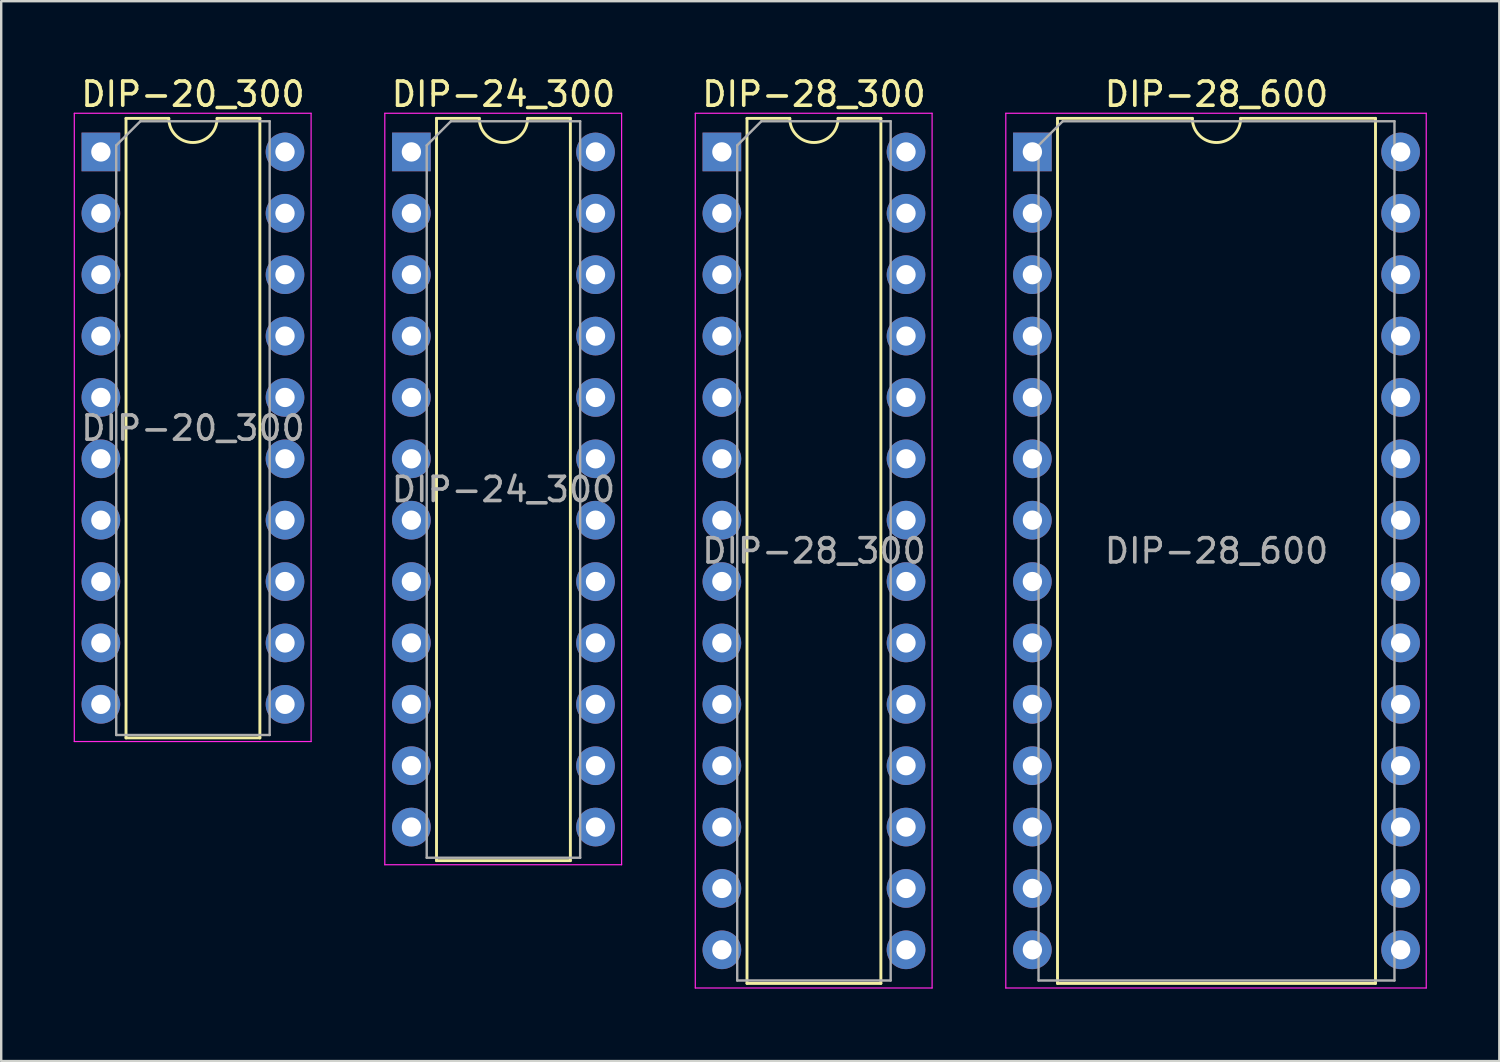
<source format=kicad_pcb>
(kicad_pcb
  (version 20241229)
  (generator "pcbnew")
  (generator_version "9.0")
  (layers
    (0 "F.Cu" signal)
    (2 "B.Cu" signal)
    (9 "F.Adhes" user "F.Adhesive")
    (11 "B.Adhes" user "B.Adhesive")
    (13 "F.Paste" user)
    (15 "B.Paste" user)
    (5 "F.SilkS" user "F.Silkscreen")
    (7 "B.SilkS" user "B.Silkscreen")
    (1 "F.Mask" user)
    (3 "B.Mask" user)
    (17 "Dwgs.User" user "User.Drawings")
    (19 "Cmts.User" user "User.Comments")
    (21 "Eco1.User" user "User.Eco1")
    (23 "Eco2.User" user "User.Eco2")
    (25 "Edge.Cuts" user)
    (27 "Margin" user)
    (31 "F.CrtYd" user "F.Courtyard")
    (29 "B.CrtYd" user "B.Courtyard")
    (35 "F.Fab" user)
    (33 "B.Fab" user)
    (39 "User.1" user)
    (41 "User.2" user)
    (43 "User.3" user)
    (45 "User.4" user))
  (footprint "DIP-24_300"
    (layer "F.Cu")
    (at 13.975 3.238)
    (property "Reference" "DIP-24_300" (at 3.81 -2.39 0) (layer "F.SilkS") (effects (font (size 1 1) (thickness 0.15))))
    (attr through_hole)
    (fp_line (start 1.04 -1.39) (end 1.04 29.33) (stroke (width 0.12) (type solid)) (layer "F.SilkS"))
    (fp_line (start 1.04 29.33) (end 6.58 29.33) (stroke (width 0.12) (type solid)) (layer "F.SilkS"))
    (fp_line (start 2.81 -1.39) (end 1.04 -1.39) (stroke (width 0.12) (type solid)) (layer "F.SilkS"))
    (fp_line (start 6.58 -1.39) (end 4.81 -1.39) (stroke (width 0.12) (type solid)) (layer "F.SilkS"))
    (fp_line (start 6.58 29.33) (end 6.58 -1.39) (stroke (width 0.12) (type solid)) (layer "F.SilkS"))
    (fp_arc (start 4.81 -1.39) (mid 3.81 -0.39) (end 2.81 -1.39) (stroke (width 0.12) (type solid)) (layer "F.SilkS"))
    (fp_line (start -1.1 -1.6) (end -1.1 29.5) (stroke (width 0.05) (type solid)) (layer "F.CrtYd"))
    (fp_line (start -1.1 29.5) (end 8.7 29.5) (stroke (width 0.05) (type solid)) (layer "F.CrtYd"))
    (fp_line (start 8.7 -1.6) (end -1.1 -1.6) (stroke (width 0.05) (type solid)) (layer "F.CrtYd"))
    (fp_line (start 8.7 29.5) (end 8.7 -1.6) (stroke (width 0.05) (type solid)) (layer "F.CrtYd"))
    (fp_line (start 0.635 -0.27) (end 1.635 -1.27) (stroke (width 0.1) (type solid)) (layer "F.Fab"))
    (fp_line (start 0.635 29.21) (end 0.635 -0.27) (stroke (width 0.1) (type solid)) (layer "F.Fab"))
    (fp_line (start 1.635 -1.27) (end 6.985 -1.27) (stroke (width 0.1) (type solid)) (layer "F.Fab"))
    (fp_line (start 6.985 -1.27) (end 6.985 29.21) (stroke (width 0.1) (type solid)) (layer "F.Fab"))
    (fp_line (start 6.985 29.21) (end 0.635 29.21) (stroke (width 0.1) (type solid)) (layer "F.Fab"))
    (fp_text user "${REFERENCE}" (at 3.81 13.97 0) (layer "F.Fab") (effects (font (size 1 1) (thickness 0.15))))
    (pad "1" thru_hole rect (at 0 0) (size 1.6 1.6) (drill 0.8) (layers "*.Cu" "*.Mask"))
    (pad "2" thru_hole oval (at 0 2.54) (size 1.6 1.6) (drill 0.8) (layers "*.Cu" "*.Mask"))
    (pad "3" thru_hole oval (at 0 5.08) (size 1.6 1.6) (drill 0.8) (layers "*.Cu" "*.Mask"))
    (pad "4" thru_hole oval (at 0 7.62) (size 1.6 1.6) (drill 0.8) (layers "*.Cu" "*.Mask"))
    (pad "5" thru_hole oval (at 0 10.16) (size 1.6 1.6) (drill 0.8) (layers "*.Cu" "*.Mask"))
    (pad "6" thru_hole oval (at 0 12.7) (size 1.6 1.6) (drill 0.8) (layers "*.Cu" "*.Mask"))
    (pad "7" thru_hole oval (at 0 15.24) (size 1.6 1.6) (drill 0.8) (layers "*.Cu" "*.Mask"))
    (pad "8" thru_hole oval (at 0 17.78) (size 1.6 1.6) (drill 0.8) (layers "*.Cu" "*.Mask"))
    (pad "9" thru_hole oval (at 0 20.32) (size 1.6 1.6) (drill 0.8) (layers "*.Cu" "*.Mask"))
    (pad "10" thru_hole oval (at 0 22.86) (size 1.6 1.6) (drill 0.8) (layers "*.Cu" "*.Mask"))
    (pad "11" thru_hole oval (at 0 25.4) (size 1.6 1.6) (drill 0.8) (layers "*.Cu" "*.Mask"))
    (pad "12" thru_hole oval (at 0 27.94) (size 1.6 1.6) (drill 0.8) (layers "*.Cu" "*.Mask"))
    (pad "13" thru_hole oval (at 7.62 27.94) (size 1.6 1.6) (drill 0.8) (layers "*.Cu" "*.Mask"))
    (pad "14" thru_hole oval (at 7.62 25.4) (size 1.6 1.6) (drill 0.8) (layers "*.Cu" "*.Mask"))
    (pad "15" thru_hole oval (at 7.62 22.86) (size 1.6 1.6) (drill 0.8) (layers "*.Cu" "*.Mask"))
    (pad "16" thru_hole oval (at 7.62 20.32) (size 1.6 1.6) (drill 0.8) (layers "*.Cu" "*.Mask"))
    (pad "17" thru_hole oval (at 7.62 17.78) (size 1.6 1.6) (drill 0.8) (layers "*.Cu" "*.Mask"))
    (pad "18" thru_hole oval (at 7.62 15.24) (size 1.6 1.6) (drill 0.8) (layers "*.Cu" "*.Mask"))
    (pad "19" thru_hole oval (at 7.62 12.7) (size 1.6 1.6) (drill 0.8) (layers "*.Cu" "*.Mask"))
    (pad "20" thru_hole oval (at 7.62 10.16) (size 1.6 1.6) (drill 0.8) (layers "*.Cu" "*.Mask"))
    (pad "21" thru_hole oval (at 7.62 7.62) (size 1.6 1.6) (drill 0.8) (layers "*.Cu" "*.Mask"))
    (pad "22" thru_hole oval (at 7.62 5.08) (size 1.6 1.6) (drill 0.8) (layers "*.Cu" "*.Mask"))
    (pad "23" thru_hole oval (at 7.62 2.54) (size 1.6 1.6) (drill 0.8) (layers "*.Cu" "*.Mask"))
    (pad "24" thru_hole oval (at 7.62 0) (size 1.6 1.6) (drill 0.8) (layers "*.Cu" "*.Mask")))
  (footprint "DIP-28_300"
    (layer "F.Cu")
    (at 26.825 3.238)
    (property "Reference" "DIP-28_300" (at 3.81 -2.39 0) (layer "F.SilkS") (effects (font (size 1 1) (thickness 0.15))))
    (attr through_hole)
    (fp_line (start 1.04 -1.39) (end 1.04 34.41) (stroke (width 0.12) (type solid)) (layer "F.SilkS"))
    (fp_line (start 1.04 34.41) (end 6.58 34.41) (stroke (width 0.12) (type solid)) (layer "F.SilkS"))
    (fp_line (start 2.81 -1.39) (end 1.04 -1.39) (stroke (width 0.12) (type solid)) (layer "F.SilkS"))
    (fp_line (start 6.58 -1.39) (end 4.81 -1.39) (stroke (width 0.12) (type solid)) (layer "F.SilkS"))
    (fp_line (start 6.58 34.41) (end 6.58 -1.39) (stroke (width 0.12) (type solid)) (layer "F.SilkS"))
    (fp_arc (start 4.81 -1.39) (mid 3.81 -0.39) (end 2.81 -1.39) (stroke (width 0.12) (type solid)) (layer "F.SilkS"))
    (fp_line (start -1.1 -1.6) (end -1.1 34.6) (stroke (width 0.05) (type solid)) (layer "F.CrtYd"))
    (fp_line (start -1.1 34.6) (end 8.7 34.6) (stroke (width 0.05) (type solid)) (layer "F.CrtYd"))
    (fp_line (start 8.7 -1.6) (end -1.1 -1.6) (stroke (width 0.05) (type solid)) (layer "F.CrtYd"))
    (fp_line (start 8.7 34.6) (end 8.7 -1.6) (stroke (width 0.05) (type solid)) (layer "F.CrtYd"))
    (fp_line (start 0.635 -0.27) (end 1.635 -1.27) (stroke (width 0.1) (type solid)) (layer "F.Fab"))
    (fp_line (start 0.635 34.29) (end 0.635 -0.27) (stroke (width 0.1) (type solid)) (layer "F.Fab"))
    (fp_line (start 1.635 -1.27) (end 6.985 -1.27) (stroke (width 0.1) (type solid)) (layer "F.Fab"))
    (fp_line (start 6.985 -1.27) (end 6.985 34.29) (stroke (width 0.1) (type solid)) (layer "F.Fab"))
    (fp_line (start 6.985 34.29) (end 0.635 34.29) (stroke (width 0.1) (type solid)) (layer "F.Fab"))
    (fp_text user "${REFERENCE}" (at 3.81 16.51 0) (layer "F.Fab") (effects (font (size 1 1) (thickness 0.15))))
    (pad "1" thru_hole rect (at 0 0) (size 1.6 1.6) (drill 0.8) (layers "*.Cu" "*.Mask"))
    (pad "2" thru_hole oval (at 0 2.54) (size 1.6 1.6) (drill 0.8) (layers "*.Cu" "*.Mask"))
    (pad "3" thru_hole oval (at 0 5.08) (size 1.6 1.6) (drill 0.8) (layers "*.Cu" "*.Mask"))
    (pad "4" thru_hole oval (at 0 7.62) (size 1.6 1.6) (drill 0.8) (layers "*.Cu" "*.Mask"))
    (pad "5" thru_hole oval (at 0 10.16) (size 1.6 1.6) (drill 0.8) (layers "*.Cu" "*.Mask"))
    (pad "6" thru_hole oval (at 0 12.7) (size 1.6 1.6) (drill 0.8) (layers "*.Cu" "*.Mask"))
    (pad "7" thru_hole oval (at 0 15.24) (size 1.6 1.6) (drill 0.8) (layers "*.Cu" "*.Mask"))
    (pad "8" thru_hole oval (at 0 17.78) (size 1.6 1.6) (drill 0.8) (layers "*.Cu" "*.Mask"))
    (pad "9" thru_hole oval (at 0 20.32) (size 1.6 1.6) (drill 0.8) (layers "*.Cu" "*.Mask"))
    (pad "10" thru_hole oval (at 0 22.86) (size 1.6 1.6) (drill 0.8) (layers "*.Cu" "*.Mask"))
    (pad "11" thru_hole oval (at 0 25.4) (size 1.6 1.6) (drill 0.8) (layers "*.Cu" "*.Mask"))
    (pad "12" thru_hole oval (at 0 27.94) (size 1.6 1.6) (drill 0.8) (layers "*.Cu" "*.Mask"))
    (pad "13" thru_hole oval (at 0 30.48) (size 1.6 1.6) (drill 0.8) (layers "*.Cu" "*.Mask"))
    (pad "14" thru_hole oval (at 0 33.02) (size 1.6 1.6) (drill 0.8) (layers "*.Cu" "*.Mask"))
    (pad "15" thru_hole oval (at 7.62 33.02) (size 1.6 1.6) (drill 0.8) (layers "*.Cu" "*.Mask"))
    (pad "16" thru_hole oval (at 7.62 30.48) (size 1.6 1.6) (drill 0.8) (layers "*.Cu" "*.Mask"))
    (pad "17" thru_hole oval (at 7.62 27.94) (size 1.6 1.6) (drill 0.8) (layers "*.Cu" "*.Mask"))
    (pad "18" thru_hole oval (at 7.62 25.4) (size 1.6 1.6) (drill 0.8) (layers "*.Cu" "*.Mask"))
    (pad "19" thru_hole oval (at 7.62 22.86) (size 1.6 1.6) (drill 0.8) (layers "*.Cu" "*.Mask"))
    (pad "20" thru_hole oval (at 7.62 20.32) (size 1.6 1.6) (drill 0.8) (layers "*.Cu" "*.Mask"))
    (pad "21" thru_hole oval (at 7.62 17.78) (size 1.6 1.6) (drill 0.8) (layers "*.Cu" "*.Mask"))
    (pad "22" thru_hole oval (at 7.62 15.24) (size 1.6 1.6) (drill 0.8) (layers "*.Cu" "*.Mask"))
    (pad "23" thru_hole oval (at 7.62 12.7) (size 1.6 1.6) (drill 0.8) (layers "*.Cu" "*.Mask"))
    (pad "24" thru_hole oval (at 7.62 10.16) (size 1.6 1.6) (drill 0.8) (layers "*.Cu" "*.Mask"))
    (pad "25" thru_hole oval (at 7.62 7.62) (size 1.6 1.6) (drill 0.8) (layers "*.Cu" "*.Mask"))
    (pad "26" thru_hole oval (at 7.62 5.08) (size 1.6 1.6) (drill 0.8) (layers "*.Cu" "*.Mask"))
    (pad "27" thru_hole oval (at 7.62 2.54) (size 1.6 1.6) (drill 0.8) (layers "*.Cu" "*.Mask"))
    (pad "28" thru_hole oval (at 7.62 0) (size 1.6 1.6) (drill 0.8) (layers "*.Cu" "*.Mask")))
  (footprint "DIP-28_600"
    (layer "F.Cu")
    (at 39.675 3.238)
    (property "Reference" "DIP-28_600" (at 7.62 -2.39 0) (layer "F.SilkS") (effects (font (size 1 1) (thickness 0.15))))
    (attr through_hole)
    (fp_line (start 1.04 -1.39) (end 1.04 34.41) (stroke (width 0.12) (type solid)) (layer "F.SilkS"))
    (fp_line (start 1.04 34.41) (end 14.2 34.41) (stroke (width 0.12) (type solid)) (layer "F.SilkS"))
    (fp_line (start 6.62 -1.39) (end 1.04 -1.39) (stroke (width 0.12) (type solid)) (layer "F.SilkS"))
    (fp_line (start 14.2 -1.39) (end 8.62 -1.39) (stroke (width 0.12) (type solid)) (layer "F.SilkS"))
    (fp_line (start 14.2 34.41) (end 14.2 -1.39) (stroke (width 0.12) (type solid)) (layer "F.SilkS"))
    (fp_arc (start 8.62 -1.39) (mid 7.62 -0.39) (end 6.62 -1.39) (stroke (width 0.12) (type solid)) (layer "F.SilkS"))
    (fp_line (start -1.1 -1.6) (end -1.1 34.6) (stroke (width 0.05) (type solid)) (layer "F.CrtYd"))
    (fp_line (start -1.1 34.6) (end 16.3 34.6) (stroke (width 0.05) (type solid)) (layer "F.CrtYd"))
    (fp_line (start 16.3 -1.6) (end -1.1 -1.6) (stroke (width 0.05) (type solid)) (layer "F.CrtYd"))
    (fp_line (start 16.3 34.6) (end 16.3 -1.6) (stroke (width 0.05) (type solid)) (layer "F.CrtYd"))
    (fp_line (start 0.255 -0.27) (end 1.255 -1.27) (stroke (width 0.1) (type solid)) (layer "F.Fab"))
    (fp_line (start 0.255 34.29) (end 0.255 -0.27) (stroke (width 0.1) (type solid)) (layer "F.Fab"))
    (fp_line (start 1.255 -1.27) (end 14.985 -1.27) (stroke (width 0.1) (type solid)) (layer "F.Fab"))
    (fp_line (start 14.985 -1.27) (end 14.985 34.29) (stroke (width 0.1) (type solid)) (layer "F.Fab"))
    (fp_line (start 14.985 34.29) (end 0.255 34.29) (stroke (width 0.1) (type solid)) (layer "F.Fab"))
    (fp_text user "${REFERENCE}" (at 7.62 16.51 0) (layer "F.Fab") (effects (font (size 1 1) (thickness 0.15))))
    (pad "1" thru_hole rect (at 0 0) (size 1.6 1.6) (drill 0.8) (layers "*.Cu" "*.Mask"))
    (pad "2" thru_hole oval (at 0 2.54) (size 1.6 1.6) (drill 0.8) (layers "*.Cu" "*.Mask"))
    (pad "3" thru_hole oval (at 0 5.08) (size 1.6 1.6) (drill 0.8) (layers "*.Cu" "*.Mask"))
    (pad "4" thru_hole oval (at 0 7.62) (size 1.6 1.6) (drill 0.8) (layers "*.Cu" "*.Mask"))
    (pad "5" thru_hole oval (at 0 10.16) (size 1.6 1.6) (drill 0.8) (layers "*.Cu" "*.Mask"))
    (pad "6" thru_hole oval (at 0 12.7) (size 1.6 1.6) (drill 0.8) (layers "*.Cu" "*.Mask"))
    (pad "7" thru_hole oval (at 0 15.24) (size 1.6 1.6) (drill 0.8) (layers "*.Cu" "*.Mask"))
    (pad "8" thru_hole oval (at 0 17.78) (size 1.6 1.6) (drill 0.8) (layers "*.Cu" "*.Mask"))
    (pad "9" thru_hole oval (at 0 20.32) (size 1.6 1.6) (drill 0.8) (layers "*.Cu" "*.Mask"))
    (pad "10" thru_hole oval (at 0 22.86) (size 1.6 1.6) (drill 0.8) (layers "*.Cu" "*.Mask"))
    (pad "11" thru_hole oval (at 0 25.4) (size 1.6 1.6) (drill 0.8) (layers "*.Cu" "*.Mask"))
    (pad "12" thru_hole oval (at 0 27.94) (size 1.6 1.6) (drill 0.8) (layers "*.Cu" "*.Mask"))
    (pad "13" thru_hole oval (at 0 30.48) (size 1.6 1.6) (drill 0.8) (layers "*.Cu" "*.Mask"))
    (pad "14" thru_hole oval (at 0 33.02) (size 1.6 1.6) (drill 0.8) (layers "*.Cu" "*.Mask"))
    (pad "15" thru_hole oval (at 15.24 33.02) (size 1.6 1.6) (drill 0.8) (layers "*.Cu" "*.Mask"))
    (pad "16" thru_hole oval (at 15.24 30.48) (size 1.6 1.6) (drill 0.8) (layers "*.Cu" "*.Mask"))
    (pad "17" thru_hole oval (at 15.24 27.94) (size 1.6 1.6) (drill 0.8) (layers "*.Cu" "*.Mask"))
    (pad "18" thru_hole oval (at 15.24 25.4) (size 1.6 1.6) (drill 0.8) (layers "*.Cu" "*.Mask"))
    (pad "19" thru_hole oval (at 15.24 22.86) (size 1.6 1.6) (drill 0.8) (layers "*.Cu" "*.Mask"))
    (pad "20" thru_hole oval (at 15.24 20.32) (size 1.6 1.6) (drill 0.8) (layers "*.Cu" "*.Mask"))
    (pad "21" thru_hole oval (at 15.24 17.78) (size 1.6 1.6) (drill 0.8) (layers "*.Cu" "*.Mask"))
    (pad "22" thru_hole oval (at 15.24 15.24) (size 1.6 1.6) (drill 0.8) (layers "*.Cu" "*.Mask"))
    (pad "23" thru_hole oval (at 15.24 12.7) (size 1.6 1.6) (drill 0.8) (layers "*.Cu" "*.Mask"))
    (pad "24" thru_hole oval (at 15.24 10.16) (size 1.6 1.6) (drill 0.8) (layers "*.Cu" "*.Mask"))
    (pad "25" thru_hole oval (at 15.24 7.62) (size 1.6 1.6) (drill 0.8) (layers "*.Cu" "*.Mask"))
    (pad "26" thru_hole oval (at 15.24 5.08) (size 1.6 1.6) (drill 0.8) (layers "*.Cu" "*.Mask"))
    (pad "27" thru_hole oval (at 15.24 2.54) (size 1.6 1.6) (drill 0.8) (layers "*.Cu" "*.Mask"))
    (pad "28" thru_hole oval (at 15.24 0) (size 1.6 1.6) (drill 0.8) (layers "*.Cu" "*.Mask")))
  (footprint "DIP-20_300"
    (layer "F.Cu")
    (at 1.125 3.238)
    (property "Reference" "DIP-20_300" (at 3.81 -2.39 0) (layer "F.SilkS") (effects (font (size 1 1) (thickness 0.15))))
    (attr through_hole)
    (fp_line (start 1.04 -1.39) (end 1.04 24.25) (stroke (width 0.12) (type solid)) (layer "F.SilkS"))
    (fp_line (start 1.04 24.25) (end 6.58 24.25) (stroke (width 0.12) (type solid)) (layer "F.SilkS"))
    (fp_line (start 2.81 -1.39) (end 1.04 -1.39) (stroke (width 0.12) (type solid)) (layer "F.SilkS"))
    (fp_line (start 6.58 -1.39) (end 4.81 -1.39) (stroke (width 0.12) (type solid)) (layer "F.SilkS"))
    (fp_line (start 6.58 24.25) (end 6.58 -1.39) (stroke (width 0.12) (type solid)) (layer "F.SilkS"))
    (fp_arc (start 4.81 -1.39) (mid 3.81 -0.39) (end 2.81 -1.39) (stroke (width 0.12) (type solid)) (layer "F.SilkS"))
    (fp_line (start -1.1 -1.6) (end -1.1 24.4) (stroke (width 0.05) (type solid)) (layer "F.CrtYd"))
    (fp_line (start -1.1 24.4) (end 8.7 24.4) (stroke (width 0.05) (type solid)) (layer "F.CrtYd"))
    (fp_line (start 8.7 -1.6) (end -1.1 -1.6) (stroke (width 0.05) (type solid)) (layer "F.CrtYd"))
    (fp_line (start 8.7 24.4) (end 8.7 -1.6) (stroke (width 0.05) (type solid)) (layer "F.CrtYd"))
    (fp_line (start 0.635 -0.27) (end 1.635 -1.27) (stroke (width 0.1) (type solid)) (layer "F.Fab"))
    (fp_line (start 0.635 24.13) (end 0.635 -0.27) (stroke (width 0.1) (type solid)) (layer "F.Fab"))
    (fp_line (start 1.635 -1.27) (end 6.985 -1.27) (stroke (width 0.1) (type solid)) (layer "F.Fab"))
    (fp_line (start 6.985 -1.27) (end 6.985 24.13) (stroke (width 0.1) (type solid)) (layer "F.Fab"))
    (fp_line (start 6.985 24.13) (end 0.635 24.13) (stroke (width 0.1) (type solid)) (layer "F.Fab"))
    (fp_text user "${REFERENCE}" (at 3.81 11.43 0) (layer "F.Fab") (effects (font (size 1 1) (thickness 0.15))))
    (pad "1" thru_hole rect (at 0 0) (size 1.6 1.6) (drill 0.8) (layers "*.Cu" "*.Mask"))
    (pad "2" thru_hole oval (at 0 2.54) (size 1.6 1.6) (drill 0.8) (layers "*.Cu" "*.Mask"))
    (pad "3" thru_hole oval (at 0 5.08) (size 1.6 1.6) (drill 0.8) (layers "*.Cu" "*.Mask"))
    (pad "4" thru_hole oval (at 0 7.62) (size 1.6 1.6) (drill 0.8) (layers "*.Cu" "*.Mask"))
    (pad "5" thru_hole oval (at 0 10.16) (size 1.6 1.6) (drill 0.8) (layers "*.Cu" "*.Mask"))
    (pad "6" thru_hole oval (at 0 12.7) (size 1.6 1.6) (drill 0.8) (layers "*.Cu" "*.Mask"))
    (pad "7" thru_hole oval (at 0 15.24) (size 1.6 1.6) (drill 0.8) (layers "*.Cu" "*.Mask"))
    (pad "8" thru_hole oval (at 0 17.78) (size 1.6 1.6) (drill 0.8) (layers "*.Cu" "*.Mask"))
    (pad "9" thru_hole oval (at 0 20.32) (size 1.6 1.6) (drill 0.8) (layers "*.Cu" "*.Mask"))
    (pad "10" thru_hole oval (at 0 22.86) (size 1.6 1.6) (drill 0.8) (layers "*.Cu" "*.Mask"))
    (pad "11" thru_hole oval (at 7.62 22.86) (size 1.6 1.6) (drill 0.8) (layers "*.Cu" "*.Mask"))
    (pad "12" thru_hole oval (at 7.62 20.32) (size 1.6 1.6) (drill 0.8) (layers "*.Cu" "*.Mask"))
    (pad "13" thru_hole oval (at 7.62 17.78) (size 1.6 1.6) (drill 0.8) (layers "*.Cu" "*.Mask"))
    (pad "14" thru_hole oval (at 7.62 15.24) (size 1.6 1.6) (drill 0.8) (layers "*.Cu" "*.Mask"))
    (pad "15" thru_hole oval (at 7.62 12.7) (size 1.6 1.6) (drill 0.8) (layers "*.Cu" "*.Mask"))
    (pad "16" thru_hole oval (at 7.62 10.16) (size 1.6 1.6) (drill 0.8) (layers "*.Cu" "*.Mask"))
    (pad "17" thru_hole oval (at 7.62 7.62) (size 1.6 1.6) (drill 0.8) (layers "*.Cu" "*.Mask"))
    (pad "18" thru_hole oval (at 7.62 5.08) (size 1.6 1.6) (drill 0.8) (layers "*.Cu" "*.Mask"))
    (pad "19" thru_hole oval (at 7.62 2.54) (size 1.6 1.6) (drill 0.8) (layers "*.Cu" "*.Mask"))
    (pad "20" thru_hole oval (at 7.62 0) (size 1.6 1.6) (drill 0.8) (layers "*.Cu" "*.Mask")))
  (gr_rect
    (start -3 -3)
    (end 59 40.863)
    (stroke (width 0.1) (type default))
    (fill no)
    (layer "Edge.Cuts")))
</source>
